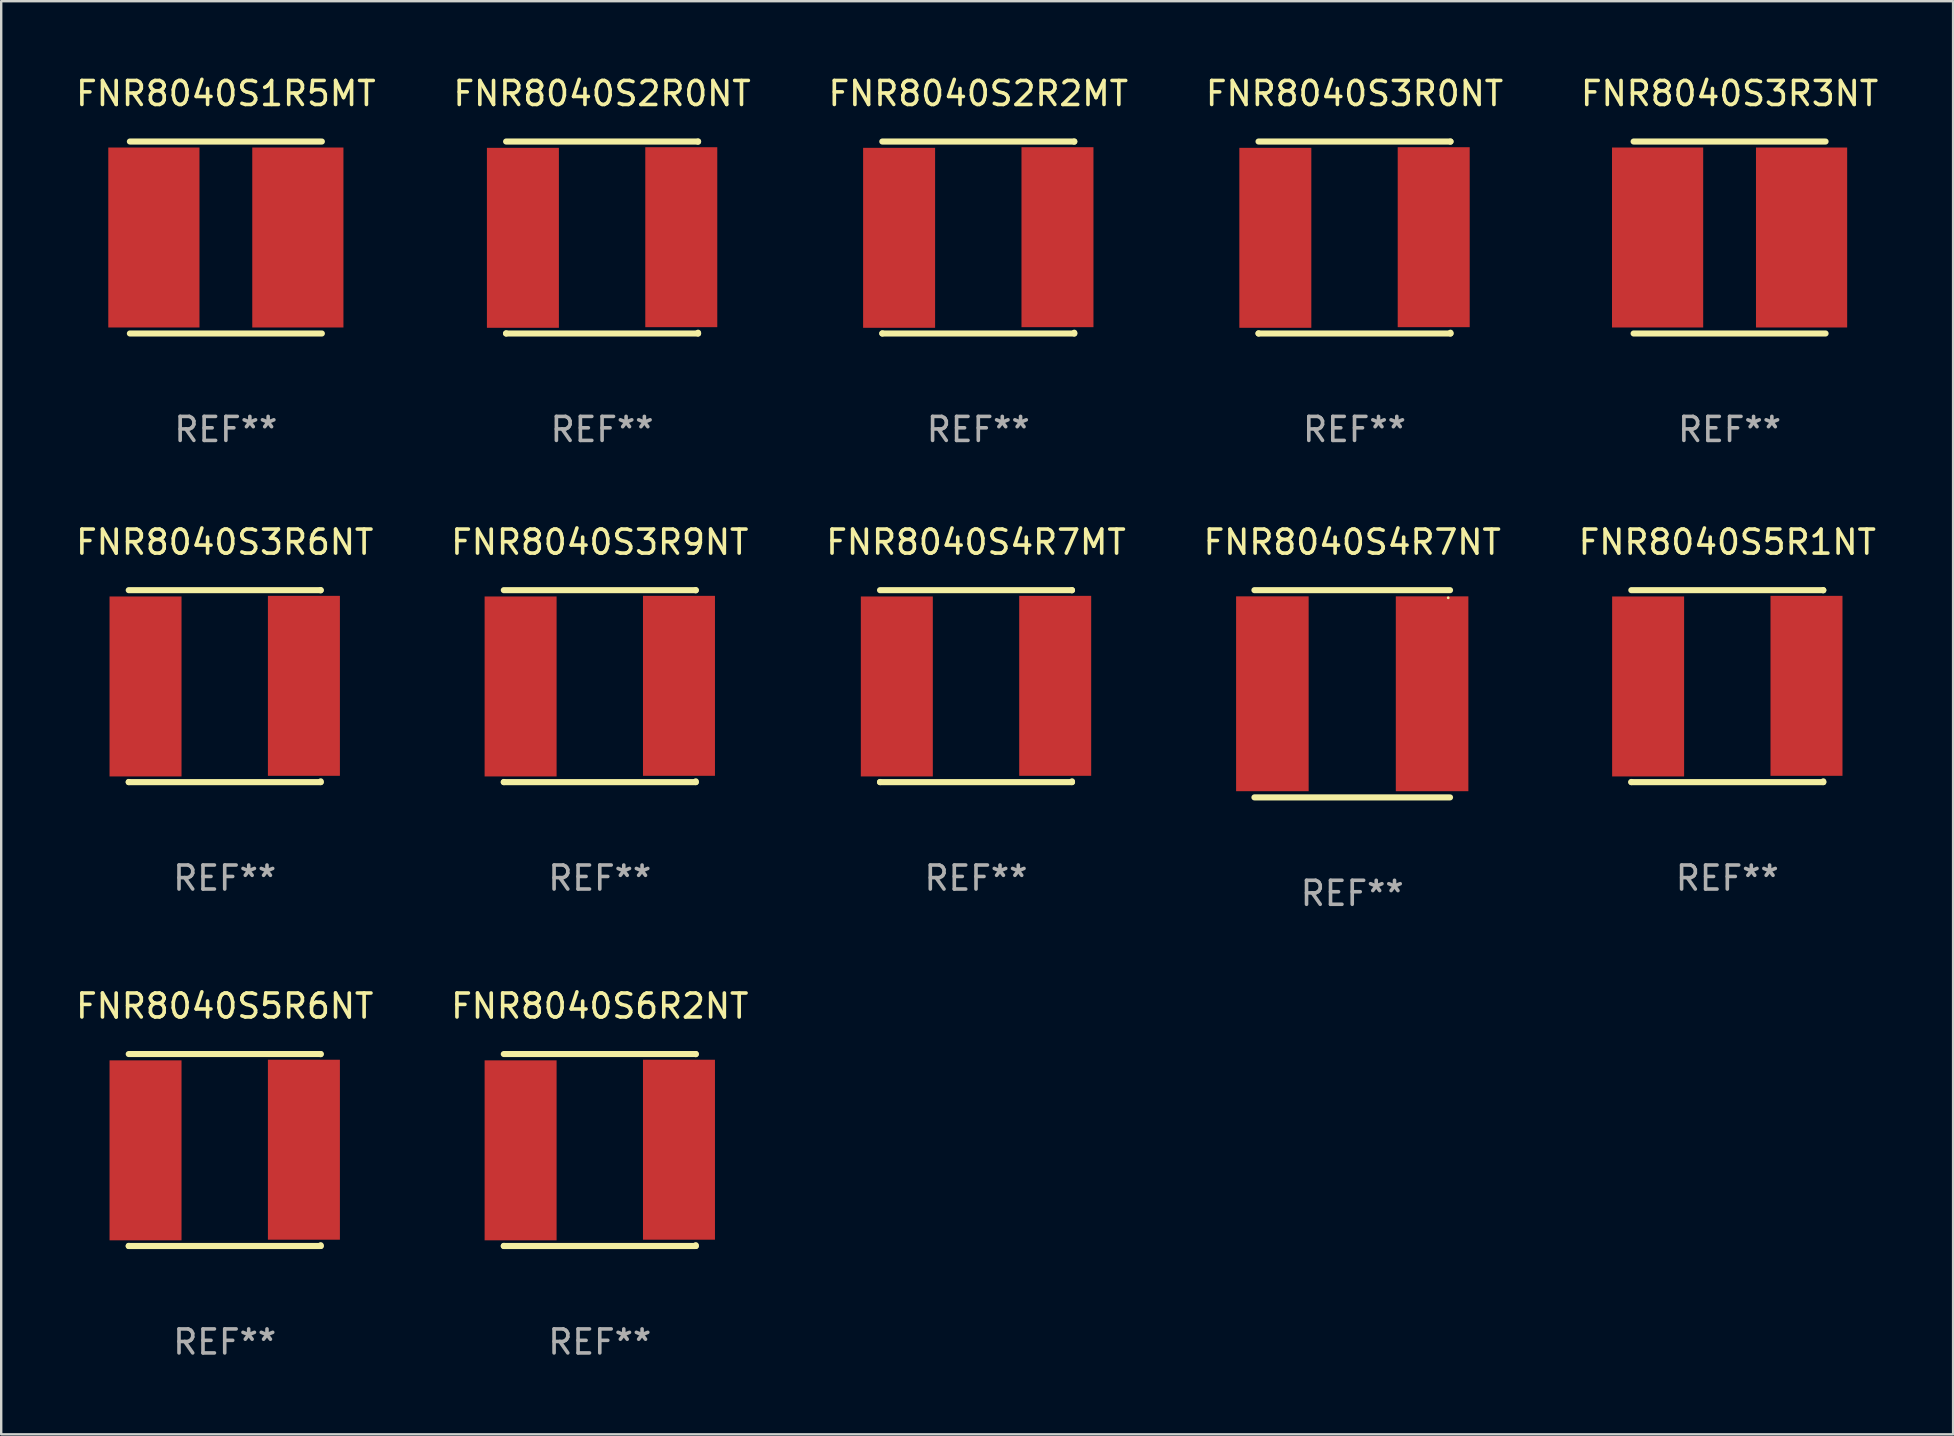
<source format=kicad_pcb>
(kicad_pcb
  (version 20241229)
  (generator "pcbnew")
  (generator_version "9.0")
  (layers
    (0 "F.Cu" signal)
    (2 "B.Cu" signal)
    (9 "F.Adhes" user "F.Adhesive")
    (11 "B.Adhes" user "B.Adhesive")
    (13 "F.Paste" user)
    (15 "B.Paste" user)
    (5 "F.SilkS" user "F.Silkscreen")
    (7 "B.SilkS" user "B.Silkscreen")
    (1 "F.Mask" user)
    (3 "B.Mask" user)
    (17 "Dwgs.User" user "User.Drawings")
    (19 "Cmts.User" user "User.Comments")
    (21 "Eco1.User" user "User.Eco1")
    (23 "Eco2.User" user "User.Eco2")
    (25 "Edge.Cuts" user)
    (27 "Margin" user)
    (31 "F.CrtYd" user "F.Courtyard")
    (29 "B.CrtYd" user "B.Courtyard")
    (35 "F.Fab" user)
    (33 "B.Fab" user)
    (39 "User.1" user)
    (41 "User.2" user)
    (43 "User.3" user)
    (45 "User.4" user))
  (footprint "FNR8040S3R3NT"
    (layer "F.Cu")
    (at 69.03 6.848)
    (property "Reference" "FNR8040S3R3NT" (at 0 -6 0) (layer "F.SilkS") (effects (font (size 1 1) (thickness 0.15))))
    (attr through_hole)
    (fp_line (start -4 -4) (end 4 -4) (stroke (width 0.254) (type solid)) (layer "F.SilkS"))
    (fp_line (start -4 4) (end 4 4) (stroke (width 0.254) (type solid)) (layer "F.SilkS"))
    (fp_circle (center -4 4) (end -3.97 4) (stroke (width 0.06) (type solid)) (fill no) (layer "F.SilkS"))
    (fp_text user "REF**" (at 0 8 0) (layer "F.Fab") (effects (font (size 1 1) (thickness 0.15))))
    (pad "1" smd rect (at -3 0) (size 3.8 7.5) (layers "F.Cu" "F.Mask" "F.Paste"))
    (pad "2" smd rect (at 3 0) (size 3.8 7.5) (layers "F.Cu" "F.Mask" "F.Paste")))
  (footprint "FNR8040S5R6NT"
    (layer "F.Cu")
    (at 6.315 44.877)
    (property "Reference" "FNR8040S5R6NT" (at 0 -6 0) (layer "F.SilkS") (effects (font (size 1 1) (thickness 0.15))))
    (attr through_hole)
    (fp_line (start -4 -4) (end 4 -4) (stroke (width 0.254) (type solid)) (layer "F.SilkS"))
    (fp_line (start -4 4) (end -4 3.994) (stroke (width 0.254) (type solid)) (layer "F.SilkS"))
    (fp_line (start 4 -4) (end 4 -3.994) (stroke (width 0.254) (type solid)) (layer "F.SilkS"))
    (fp_line (start 4 3.968) (end 4 4) (stroke (width 0.254) (type solid)) (layer "F.SilkS"))
    (fp_line (start 4 4) (end -4 4) (stroke (width 0.254) (type solid)) (layer "F.SilkS"))
    (fp_circle (center -4 4) (end -3.97 4) (stroke (width 0.06) (type solid)) (fill no) (layer "F.SilkS"))
    (fp_text user "REF**" (at 0 8 0) (layer "F.Fab") (effects (font (size 1 1) (thickness 0.15))))
    (pad "1" smd rect (at -3.3 0.013) (size 3 7.5) (layers "F.Cu" "F.Mask" "F.Paste"))
    (pad "2" smd rect (at 3.3 -0.013) (size 3 7.5) (layers "F.Cu" "F.Mask" "F.Paste")))
  (footprint "FNR8040S5R1NT"
    (layer "F.Cu")
    (at 68.935 25.545)
    (property "Reference" "FNR8040S5R1NT" (at 0 -6 0) (layer "F.SilkS") (effects (font (size 1 1) (thickness 0.15))))
    (attr through_hole)
    (fp_line (start -4 -4) (end 4 -4) (stroke (width 0.254) (type solid)) (layer "F.SilkS"))
    (fp_line (start -4 4) (end -4 3.994) (stroke (width 0.254) (type solid)) (layer "F.SilkS"))
    (fp_line (start 4 -4) (end 4 -3.994) (stroke (width 0.254) (type solid)) (layer "F.SilkS"))
    (fp_line (start 4 3.968) (end 4 4) (stroke (width 0.254) (type solid)) (layer "F.SilkS"))
    (fp_line (start 4 4) (end -4 4) (stroke (width 0.254) (type solid)) (layer "F.SilkS"))
    (fp_circle (center -4 4) (end -3.97 4) (stroke (width 0.06) (type solid)) (fill no) (layer "F.SilkS"))
    (fp_text user "REF**" (at 0 8 0) (layer "F.Fab") (effects (font (size 1 1) (thickness 0.15))))
    (pad "1" smd rect (at -3.3 0.013) (size 3 7.5) (layers "F.Cu" "F.Mask" "F.Paste"))
    (pad "2" smd rect (at 3.3 -0.013) (size 3 7.5) (layers "F.Cu" "F.Mask" "F.Paste")))
  (footprint "FNR8040S1R5MT"
    (layer "F.Cu")
    (at 6.363 6.848)
    (property "Reference" "FNR8040S1R5MT" (at 0 -6 0) (layer "F.SilkS") (effects (font (size 1 1) (thickness 0.15))))
    (attr through_hole)
    (fp_line (start -4 -4) (end 4 -4) (stroke (width 0.254) (type solid)) (layer "F.SilkS"))
    (fp_line (start -4 4) (end 4 4) (stroke (width 0.254) (type solid)) (layer "F.SilkS"))
    (fp_circle (center -4 4) (end -3.97 4) (stroke (width 0.06) (type solid)) (fill no) (layer "F.SilkS"))
    (fp_text user "REF**" (at 0 8 0) (layer "F.Fab") (effects (font (size 1 1) (thickness 0.15))))
    (pad "1" smd rect (at -3 0) (size 3.8 7.5) (layers "F.Cu" "F.Mask" "F.Paste"))
    (pad "2" smd rect (at 3 0) (size 3.8 7.5) (layers "F.Cu" "F.Mask" "F.Paste")))
  (footprint "FNR8040S2R2MT"
    (layer "F.Cu")
    (at 37.72 6.848)
    (property "Reference" "FNR8040S2R2MT" (at 0 -6 0) (layer "F.SilkS") (effects (font (size 1 1) (thickness 0.15))))
    (attr through_hole)
    (fp_line (start -4 -4) (end 4 -4) (stroke (width 0.254) (type solid)) (layer "F.SilkS"))
    (fp_line (start -4 4) (end -4 3.994) (stroke (width 0.254) (type solid)) (layer "F.SilkS"))
    (fp_line (start 4 -4) (end 4 -3.994) (stroke (width 0.254) (type solid)) (layer "F.SilkS"))
    (fp_line (start 4 3.968) (end 4 4) (stroke (width 0.254) (type solid)) (layer "F.SilkS"))
    (fp_line (start 4 4) (end -4 4) (stroke (width 0.254) (type solid)) (layer "F.SilkS"))
    (fp_circle (center -4 4) (end -3.97 4) (stroke (width 0.06) (type solid)) (fill no) (layer "F.SilkS"))
    (fp_text user "REF**" (at 0 8 0) (layer "F.Fab") (effects (font (size 1 1) (thickness 0.15))))
    (pad "1" smd rect (at -3.3 0.013) (size 3 7.5) (layers "F.Cu" "F.Mask" "F.Paste"))
    (pad "2" smd rect (at 3.3 -0.013) (size 3 7.5) (layers "F.Cu" "F.Mask" "F.Paste")))
  (footprint "FNR8040S3R6NT"
    (layer "F.Cu")
    (at 6.315 25.545)
    (property "Reference" "FNR8040S3R6NT" (at 0 -6 0) (layer "F.SilkS") (effects (font (size 1 1) (thickness 0.15))))
    (attr through_hole)
    (fp_line (start -4 -4) (end 4 -4) (stroke (width 0.254) (type solid)) (layer "F.SilkS"))
    (fp_line (start -4 4) (end -4 3.994) (stroke (width 0.254) (type solid)) (layer "F.SilkS"))
    (fp_line (start 4 -4) (end 4 -3.994) (stroke (width 0.254) (type solid)) (layer "F.SilkS"))
    (fp_line (start 4 3.968) (end 4 4) (stroke (width 0.254) (type solid)) (layer "F.SilkS"))
    (fp_line (start 4 4) (end -4 4) (stroke (width 0.254) (type solid)) (layer "F.SilkS"))
    (fp_circle (center -4 4) (end -3.97 4) (stroke (width 0.06) (type solid)) (fill no) (layer "F.SilkS"))
    (fp_text user "REF**" (at 0 8 0) (layer "F.Fab") (effects (font (size 1 1) (thickness 0.15))))
    (pad "1" smd rect (at -3.3 0.013) (size 3 7.5) (layers "F.Cu" "F.Mask" "F.Paste"))
    (pad "2" smd rect (at 3.3 -0.013) (size 3 7.5) (layers "F.Cu" "F.Mask" "F.Paste")))
  (footprint "FNR8040S6R2NT"
    (layer "F.Cu")
    (at 21.946 44.877)
    (property "Reference" "FNR8040S6R2NT" (at 0 -6 0) (layer "F.SilkS") (effects (font (size 1 1) (thickness 0.15))))
    (attr through_hole)
    (fp_line (start -4 -4) (end 4 -4) (stroke (width 0.254) (type solid)) (layer "F.SilkS"))
    (fp_line (start -4 4) (end -4 3.994) (stroke (width 0.254) (type solid)) (layer "F.SilkS"))
    (fp_line (start 4 -4) (end 4 -3.994) (stroke (width 0.254) (type solid)) (layer "F.SilkS"))
    (fp_line (start 4 3.968) (end 4 4) (stroke (width 0.254) (type solid)) (layer "F.SilkS"))
    (fp_line (start 4 4) (end -4 4) (stroke (width 0.254) (type solid)) (layer "F.SilkS"))
    (fp_circle (center -4 4) (end -3.97 4) (stroke (width 0.06) (type solid)) (fill no) (layer "F.SilkS"))
    (fp_text user "REF**" (at 0 8 0) (layer "F.Fab") (effects (font (size 1 1) (thickness 0.15))))
    (pad "1" smd rect (at -3.3 0.013) (size 3 7.5) (layers "F.Cu" "F.Mask" "F.Paste"))
    (pad "2" smd rect (at 3.3 -0.013) (size 3 7.5) (layers "F.Cu" "F.Mask" "F.Paste")))
  (footprint "FNR8040S4R7NT"
    (layer "F.Cu")
    (at 53.304 25.863)
    (property "Reference" "FNR8040S4R7NT" (at 0 -6.318 0) (layer "F.SilkS") (effects (font (size 1 1) (thickness 0.15))))
    (attr through_hole)
    (fp_line (start -4.076 -4.318) (end 4.076 -4.318) (stroke (width 0.254) (type solid)) (layer "F.SilkS"))
    (fp_line (start -4.076 4.318) (end 4.076 4.318) (stroke (width 0.254) (type solid)) (layer "F.SilkS"))
    (fp_circle (center 4 -4) (end 4.03 -4) (stroke (width 0.06) (type solid)) (fill no) (layer "F.SilkS"))
    (fp_text user "REF**" (at 0 8.318 0) (layer "F.Fab") (effects (font (size 1 1) (thickness 0.15))))
    (pad "1" smd rect (at 3.328 0) (size 3.024 8.12) (layers "F.Cu" "F.Mask" "F.Paste"))
    (pad "2" smd rect (at -3.328 0) (size 3.024 8.12) (layers "F.Cu" "F.Mask" "F.Paste")))
  (footprint "FNR8040S4R7MT"
    (layer "F.Cu")
    (at 37.625 25.545)
    (property "Reference" "FNR8040S4R7MT" (at 0 -6 0) (layer "F.SilkS") (effects (font (size 1 1) (thickness 0.15))))
    (attr through_hole)
    (fp_line (start -4 -4) (end 4 -4) (stroke (width 0.254) (type solid)) (layer "F.SilkS"))
    (fp_line (start -4 4) (end -4 3.994) (stroke (width 0.254) (type solid)) (layer "F.SilkS"))
    (fp_line (start 4 -4) (end 4 -3.994) (stroke (width 0.254) (type solid)) (layer "F.SilkS"))
    (fp_line (start 4 3.968) (end 4 4) (stroke (width 0.254) (type solid)) (layer "F.SilkS"))
    (fp_line (start 4 4) (end -4 4) (stroke (width 0.254) (type solid)) (layer "F.SilkS"))
    (fp_circle (center -4 4) (end -3.97 4) (stroke (width 0.06) (type solid)) (fill no) (layer "F.SilkS"))
    (fp_text user "REF**" (at 0 8 0) (layer "F.Fab") (effects (font (size 1 1) (thickness 0.15))))
    (pad "1" smd rect (at -3.3 0.013) (size 3 7.5) (layers "F.Cu" "F.Mask" "F.Paste"))
    (pad "2" smd rect (at 3.3 -0.013) (size 3 7.5) (layers "F.Cu" "F.Mask" "F.Paste")))
  (footprint "FNR8040S3R9NT"
    (layer "F.Cu")
    (at 21.946 25.545)
    (property "Reference" "FNR8040S3R9NT" (at 0 -6 0) (layer "F.SilkS") (effects (font (size 1 1) (thickness 0.15))))
    (attr through_hole)
    (fp_line (start -4 -4) (end 4 -4) (stroke (width 0.254) (type solid)) (layer "F.SilkS"))
    (fp_line (start -4 4) (end -4 3.994) (stroke (width 0.254) (type solid)) (layer "F.SilkS"))
    (fp_line (start 4 -4) (end 4 -3.994) (stroke (width 0.254) (type solid)) (layer "F.SilkS"))
    (fp_line (start 4 3.968) (end 4 4) (stroke (width 0.254) (type solid)) (layer "F.SilkS"))
    (fp_line (start 4 4) (end -4 4) (stroke (width 0.254) (type solid)) (layer "F.SilkS"))
    (fp_circle (center -4 4) (end -3.97 4) (stroke (width 0.06) (type solid)) (fill no) (layer "F.SilkS"))
    (fp_text user "REF**" (at 0 8 0) (layer "F.Fab") (effects (font (size 1 1) (thickness 0.15))))
    (pad "1" smd rect (at -3.3 0.013) (size 3 7.5) (layers "F.Cu" "F.Mask" "F.Paste"))
    (pad "2" smd rect (at 3.3 -0.013) (size 3 7.5) (layers "F.Cu" "F.Mask" "F.Paste")))
  (footprint "FNR8040S3R0NT"
    (layer "F.Cu")
    (at 53.399 6.848)
    (property "Reference" "FNR8040S3R0NT" (at 0 -6 0) (layer "F.SilkS") (effects (font (size 1 1) (thickness 0.15))))
    (attr through_hole)
    (fp_line (start -4 -4) (end 4 -4) (stroke (width 0.254) (type solid)) (layer "F.SilkS"))
    (fp_line (start -4 4) (end -4 3.994) (stroke (width 0.254) (type solid)) (layer "F.SilkS"))
    (fp_line (start 4 -4) (end 4 -3.994) (stroke (width 0.254) (type solid)) (layer "F.SilkS"))
    (fp_line (start 4 3.968) (end 4 4) (stroke (width 0.254) (type solid)) (layer "F.SilkS"))
    (fp_line (start 4 4) (end -4 4) (stroke (width 0.254) (type solid)) (layer "F.SilkS"))
    (fp_circle (center -4 4) (end -3.97 4) (stroke (width 0.06) (type solid)) (fill no) (layer "F.SilkS"))
    (fp_text user "REF**" (at 0 8 0) (layer "F.Fab") (effects (font (size 1 1) (thickness 0.15))))
    (pad "1" smd rect (at -3.3 0.013) (size 3 7.5) (layers "F.Cu" "F.Mask" "F.Paste"))
    (pad "2" smd rect (at 3.3 -0.013) (size 3 7.5) (layers "F.Cu" "F.Mask" "F.Paste")))
  (footprint "FNR8040S2R0NT"
    (layer "F.Cu")
    (at 22.042 6.848)
    (property "Reference" "FNR8040S2R0NT" (at 0 -6 0) (layer "F.SilkS") (effects (font (size 1 1) (thickness 0.15))))
    (attr through_hole)
    (fp_line (start -4 -4) (end 4 -4) (stroke (width 0.254) (type solid)) (layer "F.SilkS"))
    (fp_line (start -4 4) (end -4 3.994) (stroke (width 0.254) (type solid)) (layer "F.SilkS"))
    (fp_line (start 4 -4) (end 4 -3.994) (stroke (width 0.254) (type solid)) (layer "F.SilkS"))
    (fp_line (start 4 3.968) (end 4 4) (stroke (width 0.254) (type solid)) (layer "F.SilkS"))
    (fp_line (start 4 4) (end -4 4) (stroke (width 0.254) (type solid)) (layer "F.SilkS"))
    (fp_circle (center -4 4) (end -3.97 4) (stroke (width 0.06) (type solid)) (fill no) (layer "F.SilkS"))
    (fp_text user "REF**" (at 0 8 0) (layer "F.Fab") (effects (font (size 1 1) (thickness 0.15))))
    (pad "1" smd rect (at -3.3 0.013) (size 3 7.5) (layers "F.Cu" "F.Mask" "F.Paste"))
    (pad "2" smd rect (at 3.3 -0.013) (size 3 7.5) (layers "F.Cu" "F.Mask" "F.Paste")))
  (gr_rect
    (start -3 -3)
    (end 78.345 56.726)
    (stroke (width 0.1) (type default))
    (fill no)
    (layer "Edge.Cuts")))
</source>
